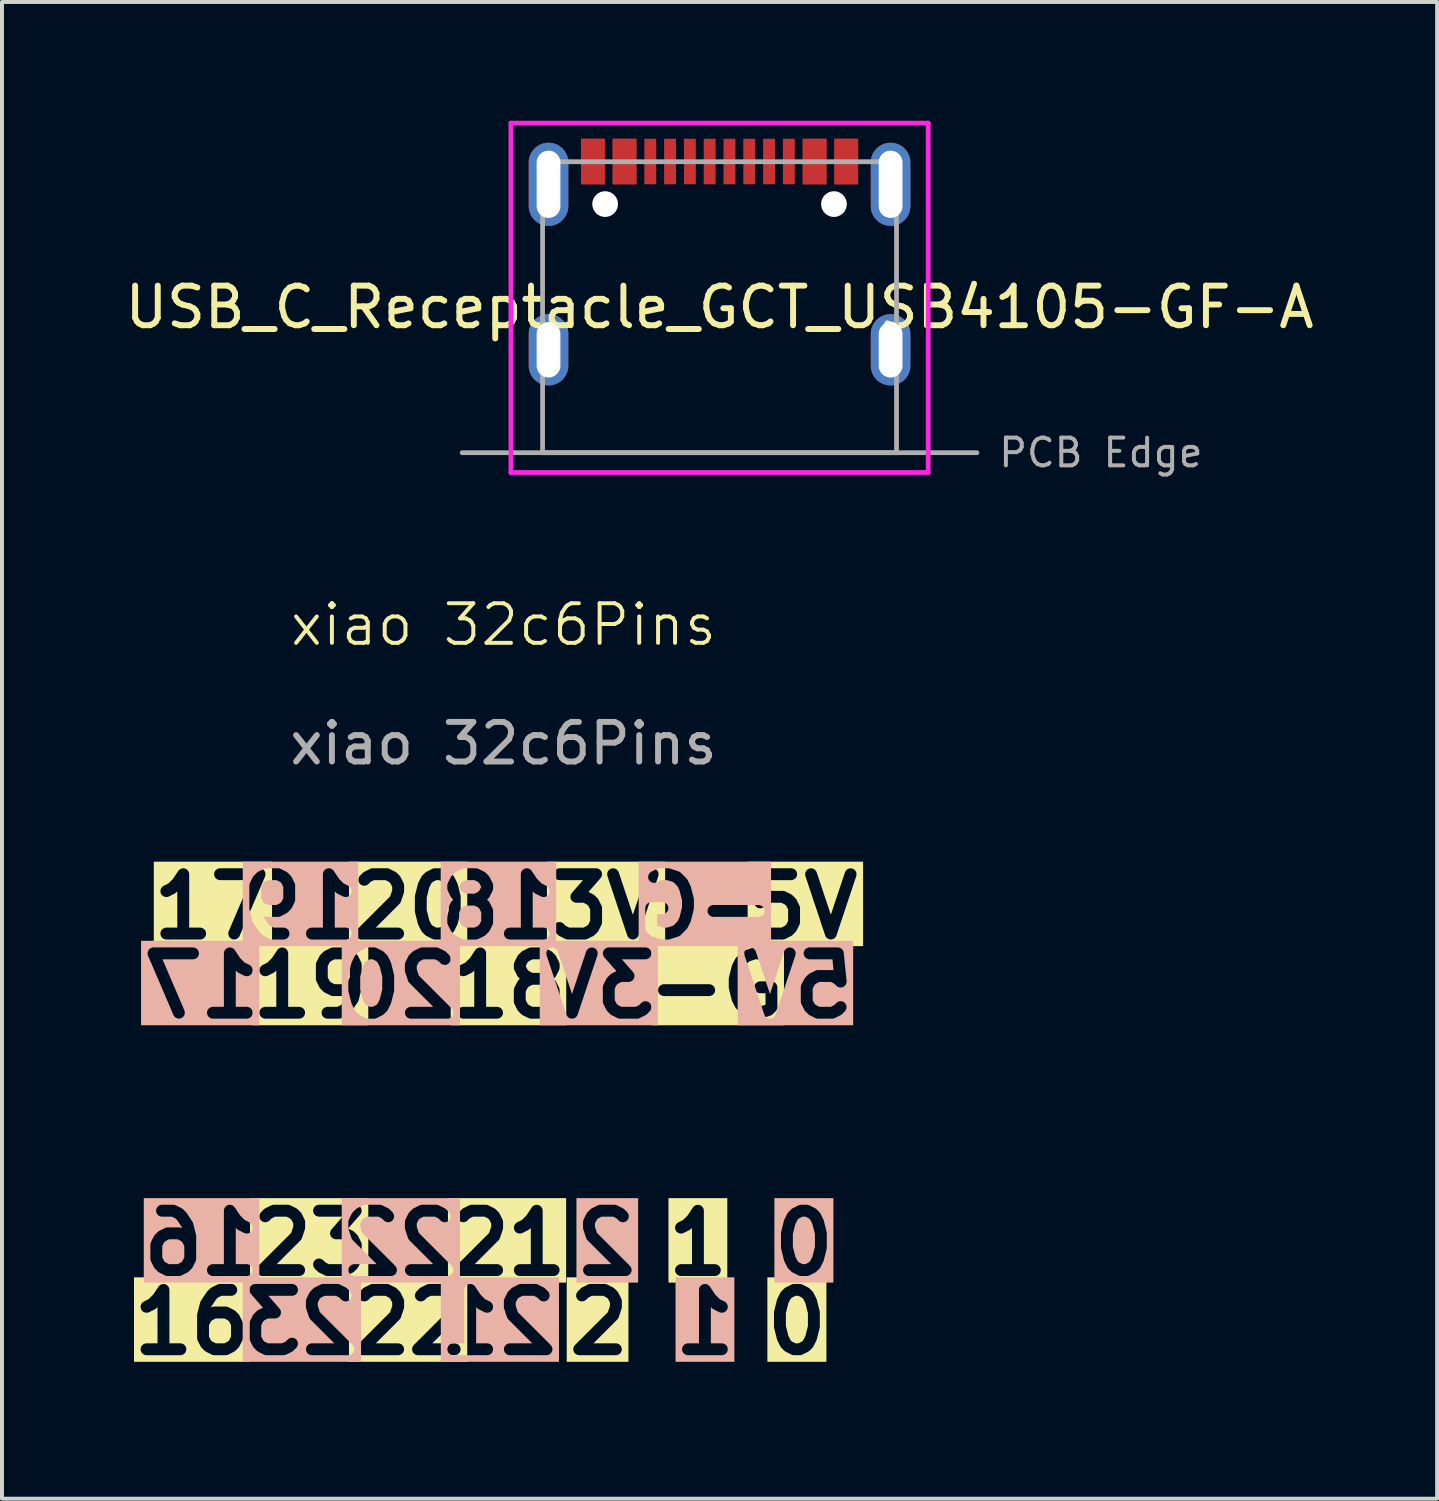
<source format=kicad_pcb>
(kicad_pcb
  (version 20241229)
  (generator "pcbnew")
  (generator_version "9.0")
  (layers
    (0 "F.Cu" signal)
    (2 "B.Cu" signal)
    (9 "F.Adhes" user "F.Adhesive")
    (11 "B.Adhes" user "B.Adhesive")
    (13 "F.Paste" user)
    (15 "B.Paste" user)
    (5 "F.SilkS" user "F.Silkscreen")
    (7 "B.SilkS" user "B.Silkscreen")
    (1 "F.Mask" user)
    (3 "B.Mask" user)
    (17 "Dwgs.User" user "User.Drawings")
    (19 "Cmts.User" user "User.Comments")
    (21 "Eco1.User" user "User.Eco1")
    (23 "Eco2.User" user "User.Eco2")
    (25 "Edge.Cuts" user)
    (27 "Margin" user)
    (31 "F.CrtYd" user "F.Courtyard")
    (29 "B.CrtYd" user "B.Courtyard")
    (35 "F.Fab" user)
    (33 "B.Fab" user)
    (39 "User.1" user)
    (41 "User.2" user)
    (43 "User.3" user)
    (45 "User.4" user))
  (footprint "USB_C_Receptacle_GCT_USB4105-GF-A"
    (layer "F.Cu")
    (at 15.125 4.71)
    (property "Reference" "USB_C_Receptacle_GCT_USB4105-GF-A" (at 0 0 0) (layer "F.SilkS") (effects (font (size 1 1) (thickness 0.15))))
    (attr smd)
    (fp_line (start -5.27 -4.65) (end -5.27 4.175) (stroke (width 0.12) (type solid)) (layer "F.CrtYd"))
    (fp_line (start -5.27 -4.65) (end 5.27 -4.65) (stroke (width 0.12) (type solid)) (layer "F.CrtYd"))
    (fp_line (start -5.27 4.175) (end 5.27 4.175) (stroke (width 0.12) (type solid)) (layer "F.CrtYd"))
    (fp_line (start 5.27 4.175) (end 5.27 -4.65) (stroke (width 0.12) (type solid)) (layer "F.CrtYd"))
    (fp_line (start -6.5 3.675) (end 6.5 3.675) (stroke (width 0.12) (type solid)) (layer "F.Fab"))
    (fp_line (start -4.47 -3.675) (end -4.47 3.675) (stroke (width 0.12) (type solid)) (layer "F.Fab"))
    (fp_line (start -4.47 3.675) (end 4.47 3.675) (stroke (width 0.12) (type solid)) (layer "F.Fab"))
    (fp_line (start 4.47 -3.675) (end -4.47 -3.675) (stroke (width 0.12) (type solid)) (layer "F.Fab"))
    (fp_line (start 4.47 3.675) (end 4.47 -3.675) (stroke (width 0.12) (type solid)) (layer "F.Fab"))
    (fp_text user "PCB Edge" (at 7 3.675 0) (layer "F.Fab") (effects (font (size 0.7 0.7) (thickness 0.1)) (justify left)))
    (pad "" np_thru_hole circle (at -2.89 -2.605) (size 0.65 0.65) (drill 0.65) (layers "*.Cu" "*.Mask"))
    (pad "" np_thru_hole circle (at 2.89 -2.605) (size 0.65 0.65) (drill 0.65) (layers "*.Cu" "*.Mask"))
    (pad "A1" smd rect (at -3.2 -3.68) (size 0.6 1.15) (layers "F.Cu" "F.Mask" "F.Paste"))
    (pad "A4" smd rect (at -2.4 -3.68) (size 0.6 1.15) (layers "F.Cu" "F.Mask" "F.Paste"))
    (pad "A5" smd rect (at -1.25 -3.68) (size 0.3 1.15) (layers "F.Cu" "F.Mask" "F.Paste"))
    (pad "A6" smd rect (at -0.25 -3.68) (size 0.3 1.15) (layers "F.Cu" "F.Mask" "F.Paste"))
    (pad "A7" smd rect (at 0.25 -3.68) (size 0.3 1.15) (layers "F.Cu" "F.Mask" "F.Paste"))
    (pad "A8" smd rect (at 1.25 -3.68) (size 0.3 1.15) (layers "F.Cu" "F.Mask" "F.Paste"))
    (pad "A9" smd rect (at 2.4 -3.68) (size 0.6 1.15) (layers "F.Cu" "F.Mask" "F.Paste"))
    (pad "A12" smd rect (at 3.2 -3.68) (size 0.6 1.15) (layers "F.Cu" "F.Mask" "F.Paste"))
    (pad "B1" smd rect (at 3.2 -3.68) (size 0.6 1.15) (layers "F.Cu" "F.Mask" "F.Paste"))
    (pad "B4" smd rect (at 2.4 -3.68) (size 0.6 1.15) (layers "F.Cu" "F.Mask" "F.Paste"))
    (pad "B5" smd rect (at 1.75 -3.68) (size 0.3 1.15) (layers "F.Cu" "F.Mask" "F.Paste"))
    (pad "B6" smd rect (at 0.75 -3.68) (size 0.3 1.15) (layers "F.Cu" "F.Mask" "F.Paste"))
    (pad "B7" smd rect (at -0.75 -3.68) (size 0.3 1.15) (layers "F.Cu" "F.Mask" "F.Paste"))
    (pad "B8" smd rect (at -1.75 -3.68) (size 0.3 1.15) (layers "F.Cu" "F.Mask" "F.Paste"))
    (pad "B9" smd rect (at -2.4 -3.68) (size 0.6 1.15) (layers "F.Cu" "F.Mask" "F.Paste"))
    (pad "B12" smd rect (at -3.2 -3.68) (size 0.6 1.15) (layers "F.Cu" "F.Mask" "F.Paste"))
    (pad "S1" thru_hole oval (at -4.32 -3.105) (size 1 2.1) (drill oval 0.6 1.7) (layers "*.Cu" "*.Mask"))
    (pad "S1" thru_hole oval (at -4.32 1.075) (size 1 1.8) (drill oval 0.6 1.4) (layers "*.Cu" "*.Mask"))
    (pad "S1" thru_hole oval (at 4.32 -3.105) (size 1 2.1) (drill oval 0.6 1.7) (layers "*.Cu" "*.Mask"))
    (pad "S1" thru_hole oval (at 4.32 1.075) (size 1 1.8) (drill oval 0.6 1.4) (layers "*.Cu" "*.Mask")))
  (footprint "xiao 32c6Pins"
    (layer "F.Cu")
    (at 9.667 13.23)
    (property "Reference" "xiao 32c6Pins" (at 0 -0.5 0) (unlocked yes) (layer "F.SilkS") (effects (font (size 1 1) (thickness 0.1))))
    (attr through_hole)
    (fp_text user "3V" (at 1 7.5 0) (unlocked yes) (layer "F.SilkS" knockout) (effects (font (size 1.5 1.5) (thickness 0.3) (bold yes)) (justify left bottom)))
    (fp_text user "0" (at 6.5 18 0) (unlocked yes) (layer "F.SilkS" knockout) (effects (font (size 1.5 1.5) (thickness 0.3) (bold yes)) (justify left bottom)))
    (fp_text user "19" (at -6.5 9.5 0) (unlocked yes) (layer "F.SilkS" knockout) (effects (font (size 1.5 1.5) (thickness 0.3) (bold yes)) (justify left bottom)))
    (fp_text user "5V" (at 6 7.5 0) (unlocked yes) (layer "F.SilkS" knockout) (effects (font (size 1.5 1.5) (thickness 0.3) (bold yes)) (justify left bottom)))
    (fp_text user "23" (at -6.5 16 0) (unlocked yes) (layer "F.SilkS" knockout) (effects (font (size 1.5 1.5) (thickness 0.3) (bold yes)) (justify left bottom)))
    (fp_text user "16" (at -9.5 18 0) (unlocked yes) (layer "F.SilkS" knockout) (effects (font (size 1.5 1.5) (thickness 0.3) (bold yes)) (justify left bottom)))
    (fp_text user "2" (at 1.5 18 0) (unlocked yes) (layer "F.SilkS" knockout) (effects (font (size 1.5 1.5) (thickness 0.3) (bold yes)) (justify left bottom)))
    (fp_text user "21" (at -1.5 16 0) (unlocked yes) (layer "F.SilkS" knockout) (effects (font (size 1.5 1.5) (thickness 0.3) (bold yes)) (justify left bottom)))
    (fp_text user "20" (at -4 7.5 0) (unlocked yes) (layer "F.SilkS" knockout) (effects (font (size 1.5 1.5) (thickness 0.3) (bold yes)) (justify left bottom)))
    (fp_text user "22" (at -4 18 0) (unlocked yes) (layer "F.SilkS" knockout) (effects (font (size 1.5 1.5) (thickness 0.3) (bold yes)) (justify left bottom)))
    (fp_text user "17" (at -9 7.5 0) (unlocked yes) (layer "F.SilkS" knockout) (effects (font (size 1.5 1.5) (thickness 0.3) (bold yes)) (justify left bottom)))
    (fp_text user "18" (at -1.5 9.5 0) (unlocked yes) (layer "F.SilkS" knockout) (effects (font (size 1.5 1.5) (thickness 0.3) (bold yes)) (justify left bottom)))
    (fp_text user "-G" (at 3.5 9.5 0) (unlocked yes) (layer "F.SilkS" knockout) (effects (font (size 1.5 1.5) (thickness 0.3) (bold yes)) (justify left bottom)))
    (fp_text user "1" (at 4 16 0) (unlocked yes) (layer "F.SilkS" knockout) (effects (font (size 1.5 1.5) (thickness 0.3) (bold yes)) (justify left bottom)))
    (fp_text user "1" (at 6 18 0) (unlocked yes) (layer "B.SilkS" knockout) (effects (font (size 1.5 1.5) (thickness 0.3) (bold yes)) (justify left bottom mirror)))
    (fp_text user "3V" (at 4 9.5 0) (unlocked yes) (layer "B.SilkS" knockout) (effects (font (size 1.5 1.5) (thickness 0.3) (bold yes)) (justify left bottom mirror)))
    (fp_text user "18" (at 1.5 7.5 0) (unlocked yes) (layer "B.SilkS" knockout) (effects (font (size 1.5 1.5) (thickness 0.3) (bold yes)) (justify left bottom mirror)))
    (fp_text user "17" (at -6 9.5 0) (unlocked yes) (layer "B.SilkS" knockout) (effects (font (size 1.5 1.5) (thickness 0.3) (bold yes)) (justify left bottom mirror)))
    (fp_text user "19" (at -3.5 7.5 0) (unlocked yes) (layer "B.SilkS" knockout) (effects (font (size 1.5 1.5) (thickness 0.3) (bold yes)) (justify left bottom mirror)))
    (fp_text user "-G" (at 7 7.5 0) (unlocked yes) (layer "B.SilkS" knockout) (effects (font (size 1.5 1.5) (thickness 0.3) (bold yes)) (justify left bottom mirror)))
    (fp_text user "23" (at -3.5 18 0) (unlocked yes) (layer "B.SilkS" knockout) (effects (font (size 1.5 1.5) (thickness 0.3) (bold yes)) (justify left bottom mirror)))
    (fp_text user "22" (at -1 16 0) (unlocked yes) (layer "B.SilkS" knockout) (effects (font (size 1.5 1.5) (thickness 0.3) (bold yes)) (justify left bottom mirror)))
    (fp_text user "5V" (at 9 9.5 0) (unlocked yes) (layer "B.SilkS" knockout) (effects (font (size 1.5 1.5) (thickness 0.3) (bold yes)) (justify left bottom mirror)))
    (fp_text user "21" (at 1.5 18 0) (unlocked yes) (layer "B.SilkS" knockout) (effects (font (size 1.5 1.5) (thickness 0.3) (bold yes)) (justify left bottom mirror)))
    (fp_text user "20" (at -1 9.5 0) (unlocked yes) (layer "B.SilkS" knockout) (effects (font (size 1.5 1.5) (thickness 0.3) (bold yes)) (justify left bottom mirror)))
    (fp_text user "16" (at -6 16 0) (unlocked yes) (layer "B.SilkS" knockout) (effects (font (size 1.5 1.5) (thickness 0.3) (bold yes)) (justify left bottom mirror)))
    (fp_text user "0" (at 8.5 16 0) (unlocked yes) (layer "B.SilkS" knockout) (effects (font (size 1.5 1.5) (thickness 0.3) (bold yes)) (justify left bottom mirror)))
    (fp_text user "2" (at 3.5 16 0) (unlocked yes) (layer "B.SilkS" knockout) (effects (font (size 1.5 1.5) (thickness 0.3) (bold yes)) (justify left bottom mirror)))
    (fp_text user "${REFERENCE}" (at 0 2.5 0) (unlocked yes) (layer "F.Fab") (effects (font (size 1 1) (thickness 0.15)))))
  (gr_rect
    (start -3 -3)
    (end 33.25 34.805)
    (stroke (width 0.1) (type default))
    (fill no)
    (layer "Edge.Cuts")))
</source>
